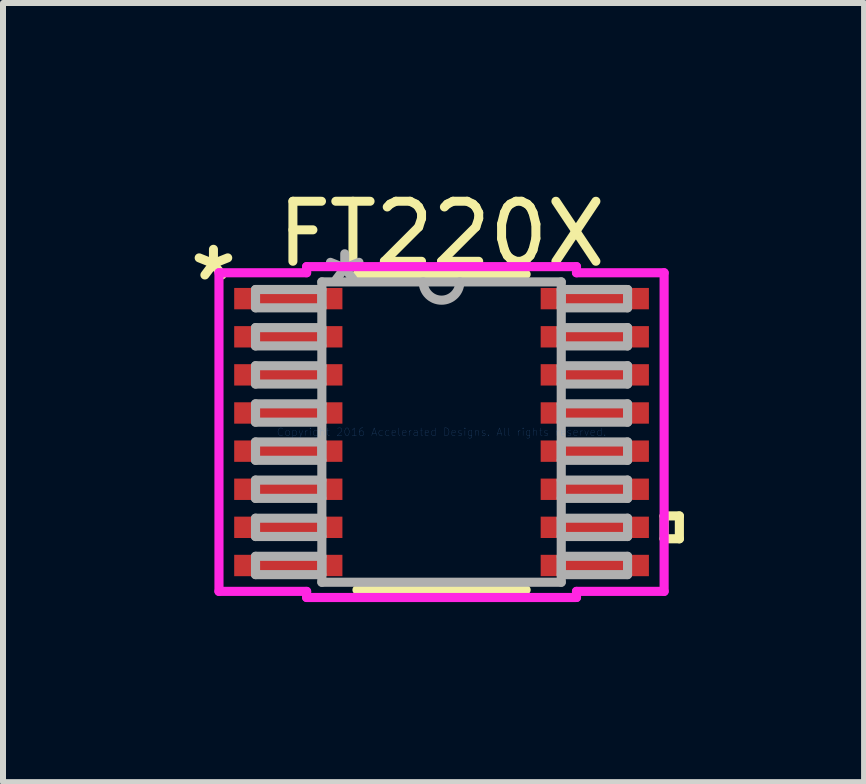
<source format=kicad_pcb>
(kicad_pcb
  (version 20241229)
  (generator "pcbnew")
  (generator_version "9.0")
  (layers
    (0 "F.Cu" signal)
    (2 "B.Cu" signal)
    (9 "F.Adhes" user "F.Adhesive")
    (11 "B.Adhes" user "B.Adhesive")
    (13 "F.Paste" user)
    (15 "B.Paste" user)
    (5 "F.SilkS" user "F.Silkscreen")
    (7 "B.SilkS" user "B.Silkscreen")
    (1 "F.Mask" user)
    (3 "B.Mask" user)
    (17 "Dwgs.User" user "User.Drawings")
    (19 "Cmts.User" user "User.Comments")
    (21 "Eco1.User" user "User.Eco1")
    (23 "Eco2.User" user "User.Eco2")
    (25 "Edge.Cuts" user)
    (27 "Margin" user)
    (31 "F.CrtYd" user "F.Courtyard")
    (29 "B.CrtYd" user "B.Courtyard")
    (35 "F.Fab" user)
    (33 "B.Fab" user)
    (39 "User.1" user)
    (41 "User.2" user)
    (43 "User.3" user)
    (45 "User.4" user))
  (footprint "FT220X"
    (layer "F.Cu")
    (at 4.306 4.148)
    (property "Reference" "FT220X" (at 0 -3.3 0) (layer "F.SilkS") (effects (font (size 1 1) (thickness 0.15))))
    (attr through_hole)
    (fp_line (start -1.409 2.629) (end 1.409 2.629) (stroke (width 0.152) (type solid)) (layer "F.SilkS"))
    (fp_line (start 1.409 -2.629) (end -1.409 -2.629) (stroke (width 0.152) (type solid)) (layer "F.SilkS"))
    (fp_line (start 3.708 1.397) (end 3.962 1.397) (stroke (width 0.152) (type solid)) (layer "F.SilkS"))
    (fp_line (start 3.708 1.778) (end 3.708 1.397) (stroke (width 0.152) (type solid)) (layer "F.SilkS"))
    (fp_line (start 3.962 1.397) (end 3.962 1.778) (stroke (width 0.152) (type solid)) (layer "F.SilkS"))
    (fp_line (start 3.962 1.778) (end 3.708 1.778) (stroke (width 0.152) (type solid)) (layer "F.SilkS"))
    (fp_line (start -3.708 -2.654) (end -2.248 -2.654) (stroke (width 0.152) (type solid)) (layer "F.CrtYd"))
    (fp_line (start -3.708 2.654) (end -3.708 -2.654) (stroke (width 0.152) (type solid)) (layer "F.CrtYd"))
    (fp_line (start -2.248 -2.756) (end 2.248 -2.756) (stroke (width 0.152) (type solid)) (layer "F.CrtYd"))
    (fp_line (start -2.248 -2.654) (end -2.248 -2.756) (stroke (width 0.152) (type solid)) (layer "F.CrtYd"))
    (fp_line (start -2.248 2.654) (end -3.708 2.654) (stroke (width 0.152) (type solid)) (layer "F.CrtYd"))
    (fp_line (start -2.248 2.756) (end -2.248 2.654) (stroke (width 0.152) (type solid)) (layer "F.CrtYd"))
    (fp_line (start 2.248 -2.756) (end 2.248 -2.654) (stroke (width 0.152) (type solid)) (layer "F.CrtYd"))
    (fp_line (start 2.248 -2.654) (end 3.708 -2.654) (stroke (width 0.152) (type solid)) (layer "F.CrtYd"))
    (fp_line (start 2.248 2.654) (end 2.248 2.756) (stroke (width 0.152) (type solid)) (layer "F.CrtYd"))
    (fp_line (start 2.248 2.756) (end -2.248 2.756) (stroke (width 0.152) (type solid)) (layer "F.CrtYd"))
    (fp_line (start 3.708 -2.654) (end 3.708 2.654) (stroke (width 0.152) (type solid)) (layer "F.CrtYd"))
    (fp_line (start 3.708 2.654) (end 2.248 2.654) (stroke (width 0.152) (type solid)) (layer "F.CrtYd"))
    (fp_line (start -3.099 -2.375) (end -3.099 -2.07) (stroke (width 0.152) (type solid)) (layer "F.Fab"))
    (fp_line (start -3.099 -2.07) (end -1.994 -2.07) (stroke (width 0.152) (type solid)) (layer "F.Fab"))
    (fp_line (start -3.099 -1.74) (end -3.099 -1.435) (stroke (width 0.152) (type solid)) (layer "F.Fab"))
    (fp_line (start -3.099 -1.435) (end -1.994 -1.435) (stroke (width 0.152) (type solid)) (layer "F.Fab"))
    (fp_line (start -3.099 -1.105) (end -3.099 -0.8) (stroke (width 0.152) (type solid)) (layer "F.Fab"))
    (fp_line (start -3.099 -0.8) (end -1.994 -0.8) (stroke (width 0.152) (type solid)) (layer "F.Fab"))
    (fp_line (start -3.099 -0.47) (end -3.099 -0.165) (stroke (width 0.152) (type solid)) (layer "F.Fab"))
    (fp_line (start -3.099 -0.165) (end -1.994 -0.165) (stroke (width 0.152) (type solid)) (layer "F.Fab"))
    (fp_line (start -3.099 0.165) (end -3.099 0.47) (stroke (width 0.152) (type solid)) (layer "F.Fab"))
    (fp_line (start -3.099 0.47) (end -1.994 0.47) (stroke (width 0.152) (type solid)) (layer "F.Fab"))
    (fp_line (start -3.099 0.8) (end -3.099 1.105) (stroke (width 0.152) (type solid)) (layer "F.Fab"))
    (fp_line (start -3.099 1.105) (end -1.994 1.105) (stroke (width 0.152) (type solid)) (layer "F.Fab"))
    (fp_line (start -3.099 1.435) (end -3.099 1.74) (stroke (width 0.152) (type solid)) (layer "F.Fab"))
    (fp_line (start -3.099 1.74) (end -1.994 1.74) (stroke (width 0.152) (type solid)) (layer "F.Fab"))
    (fp_line (start -3.099 2.07) (end -3.099 2.375) (stroke (width 0.152) (type solid)) (layer "F.Fab"))
    (fp_line (start -3.099 2.375) (end -1.994 2.375) (stroke (width 0.152) (type solid)) (layer "F.Fab"))
    (fp_line (start -1.994 -2.502) (end -1.994 2.502) (stroke (width 0.152) (type solid)) (layer "F.Fab"))
    (fp_line (start -1.994 -2.375) (end -3.099 -2.375) (stroke (width 0.152) (type solid)) (layer "F.Fab"))
    (fp_line (start -1.994 -2.07) (end -1.994 -2.375) (stroke (width 0.152) (type solid)) (layer "F.Fab"))
    (fp_line (start -1.994 -1.74) (end -3.099 -1.74) (stroke (width 0.152) (type solid)) (layer "F.Fab"))
    (fp_line (start -1.994 -1.435) (end -1.994 -1.74) (stroke (width 0.152) (type solid)) (layer "F.Fab"))
    (fp_line (start -1.994 -1.105) (end -3.099 -1.105) (stroke (width 0.152) (type solid)) (layer "F.Fab"))
    (fp_line (start -1.994 -0.8) (end -1.994 -1.105) (stroke (width 0.152) (type solid)) (layer "F.Fab"))
    (fp_line (start -1.994 -0.47) (end -3.099 -0.47) (stroke (width 0.152) (type solid)) (layer "F.Fab"))
    (fp_line (start -1.994 -0.165) (end -1.994 -0.47) (stroke (width 0.152) (type solid)) (layer "F.Fab"))
    (fp_line (start -1.994 0.165) (end -3.099 0.165) (stroke (width 0.152) (type solid)) (layer "F.Fab"))
    (fp_line (start -1.994 0.47) (end -1.994 0.165) (stroke (width 0.152) (type solid)) (layer "F.Fab"))
    (fp_line (start -1.994 0.8) (end -3.099 0.8) (stroke (width 0.152) (type solid)) (layer "F.Fab"))
    (fp_line (start -1.994 1.105) (end -1.994 0.8) (stroke (width 0.152) (type solid)) (layer "F.Fab"))
    (fp_line (start -1.994 1.435) (end -3.099 1.435) (stroke (width 0.152) (type solid)) (layer "F.Fab"))
    (fp_line (start -1.994 1.74) (end -1.994 1.435) (stroke (width 0.152) (type solid)) (layer "F.Fab"))
    (fp_line (start -1.994 2.07) (end -3.099 2.07) (stroke (width 0.152) (type solid)) (layer "F.Fab"))
    (fp_line (start -1.994 2.375) (end -1.994 2.07) (stroke (width 0.152) (type solid)) (layer "F.Fab"))
    (fp_line (start -1.994 2.502) (end 1.994 2.502) (stroke (width 0.152) (type solid)) (layer "F.Fab"))
    (fp_line (start 1.994 -2.502) (end -1.994 -2.502) (stroke (width 0.152) (type solid)) (layer "F.Fab"))
    (fp_line (start 1.994 -2.375) (end 1.994 -2.07) (stroke (width 0.152) (type solid)) (layer "F.Fab"))
    (fp_line (start 1.994 -2.07) (end 3.099 -2.07) (stroke (width 0.152) (type solid)) (layer "F.Fab"))
    (fp_line (start 1.994 -1.74) (end 1.994 -1.435) (stroke (width 0.152) (type solid)) (layer "F.Fab"))
    (fp_line (start 1.994 -1.435) (end 3.099 -1.435) (stroke (width 0.152) (type solid)) (layer "F.Fab"))
    (fp_line (start 1.994 -1.105) (end 1.994 -0.8) (stroke (width 0.152) (type solid)) (layer "F.Fab"))
    (fp_line (start 1.994 -0.8) (end 3.099 -0.8) (stroke (width 0.152) (type solid)) (layer "F.Fab"))
    (fp_line (start 1.994 -0.47) (end 1.994 -0.165) (stroke (width 0.152) (type solid)) (layer "F.Fab"))
    (fp_line (start 1.994 -0.165) (end 3.099 -0.165) (stroke (width 0.152) (type solid)) (layer "F.Fab"))
    (fp_line (start 1.994 0.165) (end 1.994 0.47) (stroke (width 0.152) (type solid)) (layer "F.Fab"))
    (fp_line (start 1.994 0.47) (end 3.099 0.47) (stroke (width 0.152) (type solid)) (layer "F.Fab"))
    (fp_line (start 1.994 0.8) (end 1.994 1.105) (stroke (width 0.152) (type solid)) (layer "F.Fab"))
    (fp_line (start 1.994 1.105) (end 3.099 1.105) (stroke (width 0.152) (type solid)) (layer "F.Fab"))
    (fp_line (start 1.994 1.435) (end 1.994 1.74) (stroke (width 0.152) (type solid)) (layer "F.Fab"))
    (fp_line (start 1.994 1.74) (end 3.099 1.74) (stroke (width 0.152) (type solid)) (layer "F.Fab"))
    (fp_line (start 1.994 2.07) (end 1.994 2.375) (stroke (width 0.152) (type solid)) (layer "F.Fab"))
    (fp_line (start 1.994 2.375) (end 3.099 2.375) (stroke (width 0.152) (type solid)) (layer "F.Fab"))
    (fp_line (start 1.994 2.502) (end 1.994 -2.502) (stroke (width 0.152) (type solid)) (layer "F.Fab"))
    (fp_line (start 3.099 -2.375) (end 1.994 -2.375) (stroke (width 0.152) (type solid)) (layer "F.Fab"))
    (fp_line (start 3.099 -2.07) (end 3.099 -2.375) (stroke (width 0.152) (type solid)) (layer "F.Fab"))
    (fp_line (start 3.099 -1.74) (end 1.994 -1.74) (stroke (width 0.152) (type solid)) (layer "F.Fab"))
    (fp_line (start 3.099 -1.435) (end 3.099 -1.74) (stroke (width 0.152) (type solid)) (layer "F.Fab"))
    (fp_line (start 3.099 -1.105) (end 1.994 -1.105) (stroke (width 0.152) (type solid)) (layer "F.Fab"))
    (fp_line (start 3.099 -0.8) (end 3.099 -1.105) (stroke (width 0.152) (type solid)) (layer "F.Fab"))
    (fp_line (start 3.099 -0.47) (end 1.994 -0.47) (stroke (width 0.152) (type solid)) (layer "F.Fab"))
    (fp_line (start 3.099 -0.165) (end 3.099 -0.47) (stroke (width 0.152) (type solid)) (layer "F.Fab"))
    (fp_line (start 3.099 0.165) (end 1.994 0.165) (stroke (width 0.152) (type solid)) (layer "F.Fab"))
    (fp_line (start 3.099 0.47) (end 3.099 0.165) (stroke (width 0.152) (type solid)) (layer "F.Fab"))
    (fp_line (start 3.099 0.8) (end 1.994 0.8) (stroke (width 0.152) (type solid)) (layer "F.Fab"))
    (fp_line (start 3.099 1.105) (end 3.099 0.8) (stroke (width 0.152) (type solid)) (layer "F.Fab"))
    (fp_line (start 3.099 1.435) (end 1.994 1.435) (stroke (width 0.152) (type solid)) (layer "F.Fab"))
    (fp_line (start 3.099 1.74) (end 3.099 1.435) (stroke (width 0.152) (type solid)) (layer "F.Fab"))
    (fp_line (start 3.099 2.07) (end 1.994 2.07) (stroke (width 0.152) (type solid)) (layer "F.Fab"))
    (fp_line (start 3.099 2.375) (end 3.099 2.07) (stroke (width 0.152) (type solid)) (layer "F.Fab"))
    (fp_arc (start 0.3048 -2.5019) (mid 0 -2.1971) (end -0.3048 -2.5019) (stroke (width 0.1524) (type solid)) (layer "F.Fab"))
    (fp_text user "*" (at -3.8 -2.5 0) (layer "F.SilkS") (effects (font (size 1 1) (thickness 0.15))))
    (fp_text user "Copyright 2016 Accelerated Designs. All rights reserved." (at 0 0 0) (layer "Cmts.User") (effects (font (size 0.127 0.127) (thickness 0.002))))
    (fp_text user "*" (at -1.613 -2.426 0) (layer "F.Fab") (effects (font (size 1 1) (thickness 0.15))))
    (pad "1" smd rect (at -2.553 -2.223) (size 1.803 0.356) (layers "F.Cu" "F.Mask" "F.Paste"))
    (pad "2" smd rect (at -2.553 -1.587) (size 1.803 0.356) (layers "F.Cu" "F.Mask" "F.Paste"))
    (pad "3" smd rect (at -2.553 -0.953) (size 1.803 0.356) (layers "F.Cu" "F.Mask" "F.Paste"))
    (pad "4" smd rect (at -2.553 -0.318) (size 1.803 0.356) (layers "F.Cu" "F.Mask" "F.Paste"))
    (pad "5" smd rect (at -2.553 0.318) (size 1.803 0.356) (layers "F.Cu" "F.Mask" "F.Paste"))
    (pad "6" smd rect (at -2.553 0.953) (size 1.803 0.356) (layers "F.Cu" "F.Mask" "F.Paste"))
    (pad "7" smd rect (at -2.553 1.587) (size 1.803 0.356) (layers "F.Cu" "F.Mask" "F.Paste"))
    (pad "8" smd rect (at -2.553 2.223) (size 1.803 0.356) (layers "F.Cu" "F.Mask" "F.Paste"))
    (pad "9" smd rect (at 2.553 2.223) (size 1.803 0.356) (layers "F.Cu" "F.Mask" "F.Paste"))
    (pad "10" smd rect (at 2.553 1.587) (size 1.803 0.356) (layers "F.Cu" "F.Mask" "F.Paste"))
    (pad "11" smd rect (at 2.553 0.953) (size 1.803 0.356) (layers "F.Cu" "F.Mask" "F.Paste"))
    (pad "12" smd rect (at 2.553 0.318) (size 1.803 0.356) (layers "F.Cu" "F.Mask" "F.Paste"))
    (pad "13" smd rect (at 2.553 -0.318) (size 1.803 0.356) (layers "F.Cu" "F.Mask" "F.Paste"))
    (pad "14" smd rect (at 2.553 -0.953) (size 1.803 0.356) (layers "F.Cu" "F.Mask" "F.Paste"))
    (pad "15" smd rect (at 2.553 -1.587) (size 1.803 0.356) (layers "F.Cu" "F.Mask" "F.Paste"))
    (pad "16" smd rect (at 2.553 -2.223) (size 1.803 0.356) (layers "F.Cu" "F.Mask" "F.Paste")))
  (gr_rect
    (start -3 -3)
    (end 11.345 9.98)
    (stroke (width 0.1) (type default))
    (fill no)
    (layer "Edge.Cuts")))
</source>
